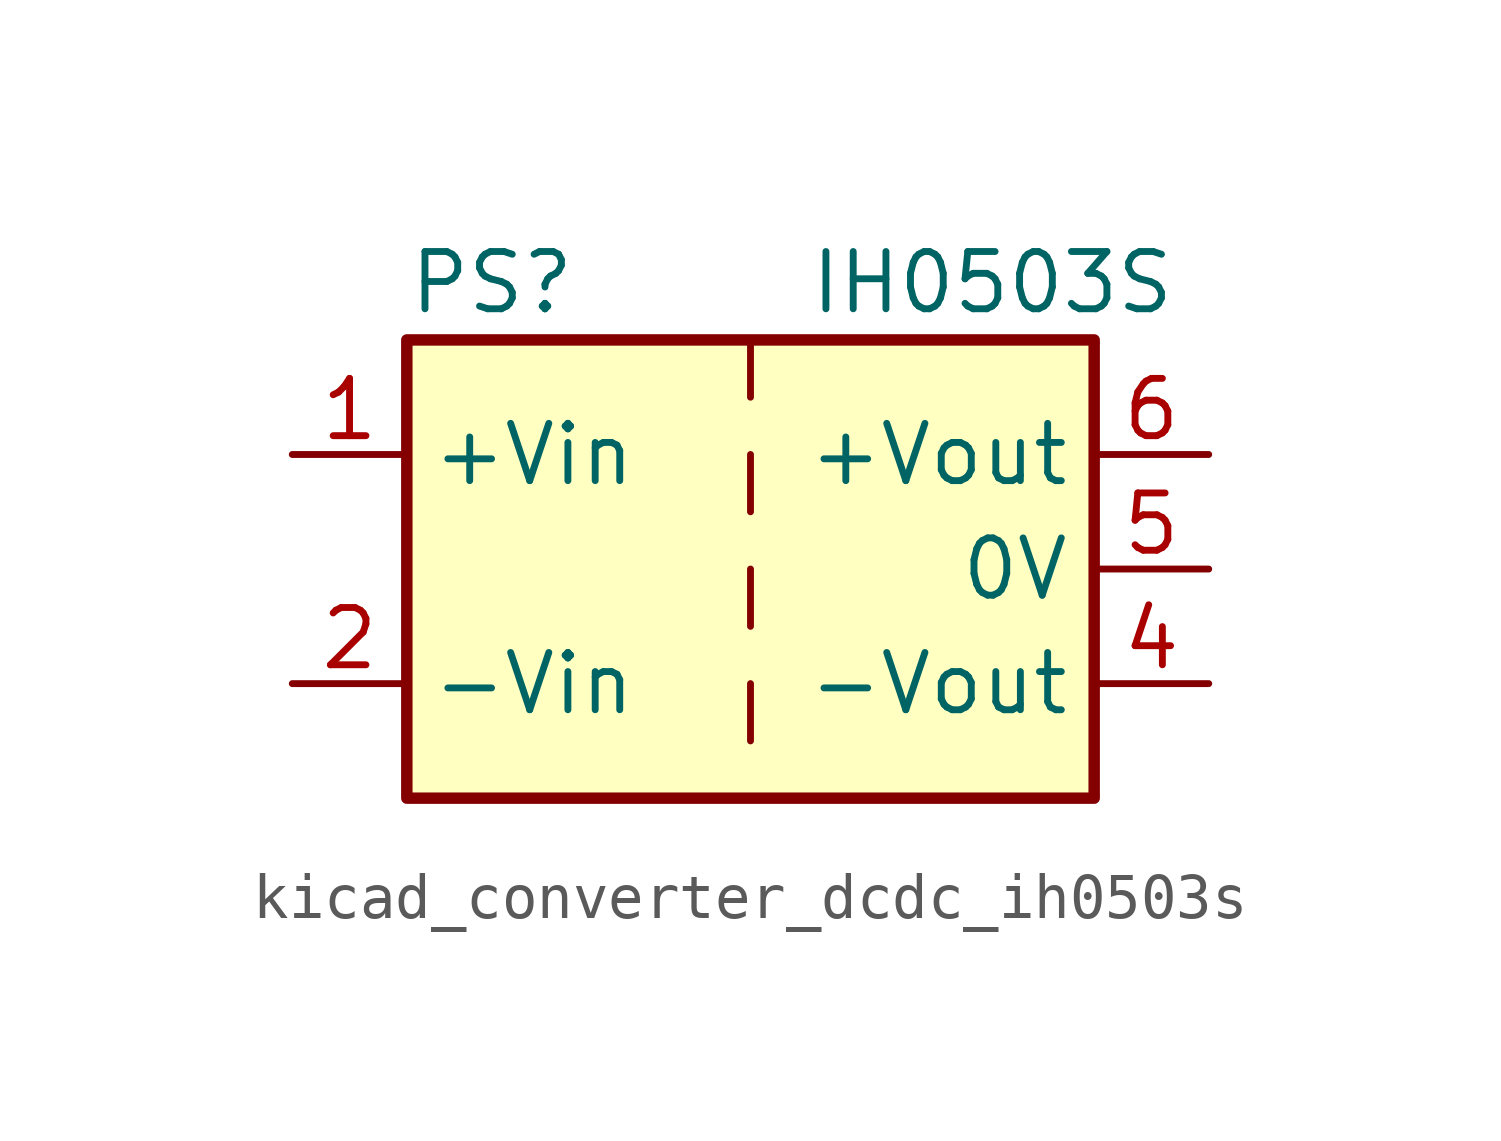
<source format=kicad_sym>
(kicad_symbol_lib
  (version 20220914)
  (generator kicad_symbol_editor)
  (symbol "kicad_converter_dcdc_ih0503s"
    (property "Reference" "PS"
      (at -7.62 6.35 0)
      (effects (font (size 1.27 1.27)) (justify left)))
    (property "Value" "IH0503S"
      (at 1.27 6.35 0)
      (effects (font (size 1.27 1.27)) (justify left)))
    (symbol "kicad_converter_dcdc_ih0503s_0_0"
      (pin power_in line (at -10.16 2.54 0) (length 2.54) (name "+Vin" (effects (font (size 1.27 1.27)))) (number "1" (effects (font (size 1.27 1.27)))))
      (pin power_in line (at -10.16 -2.54 0) (length 2.54) (name "-Vin" (effects (font (size 1.27 1.27)))) (number "2" (effects (font (size 1.27 1.27)))))
      (pin power_out line (at 10.16 -2.54 180) (length 2.54) (name "-Vout" (effects (font (size 1.27 1.27)))) (number "4" (effects (font (size 1.27 1.27)))))
      (pin power_out line (at 10.16 0 180) (length 2.54) (name "0V" (effects (font (size 1.27 1.27)))) (number "5" (effects (font (size 1.27 1.27)))))
      (pin power_out line (at 10.16 2.54 180) (length 2.54) (name "+Vout" (effects (font (size 1.27 1.27)))) (number "6" (effects (font (size 1.27 1.27))))))
    (symbol "kicad_converter_dcdc_ih0503s_0_1"
      (rectangle (start -7.62 5.08) (end 7.62 -5.08) (stroke (width 0.254) (type default)) (fill (type background)))
      (polyline (pts (xy 0 -2.54) (xy 0 -3.81)) (stroke (width 0) (type default)) (fill (type none)))
      (polyline (pts (xy 0 0) (xy 0 -1.27)) (stroke (width 0) (type default)) (fill (type none)))
      (polyline (pts (xy 0 2.54) (xy 0 1.27)) (stroke (width 0) (type default)) (fill (type none)))
      (polyline (pts (xy 0 5.08) (xy 0 3.81)) (stroke (width 0) (type default)) (fill (type none))))))
</source>
